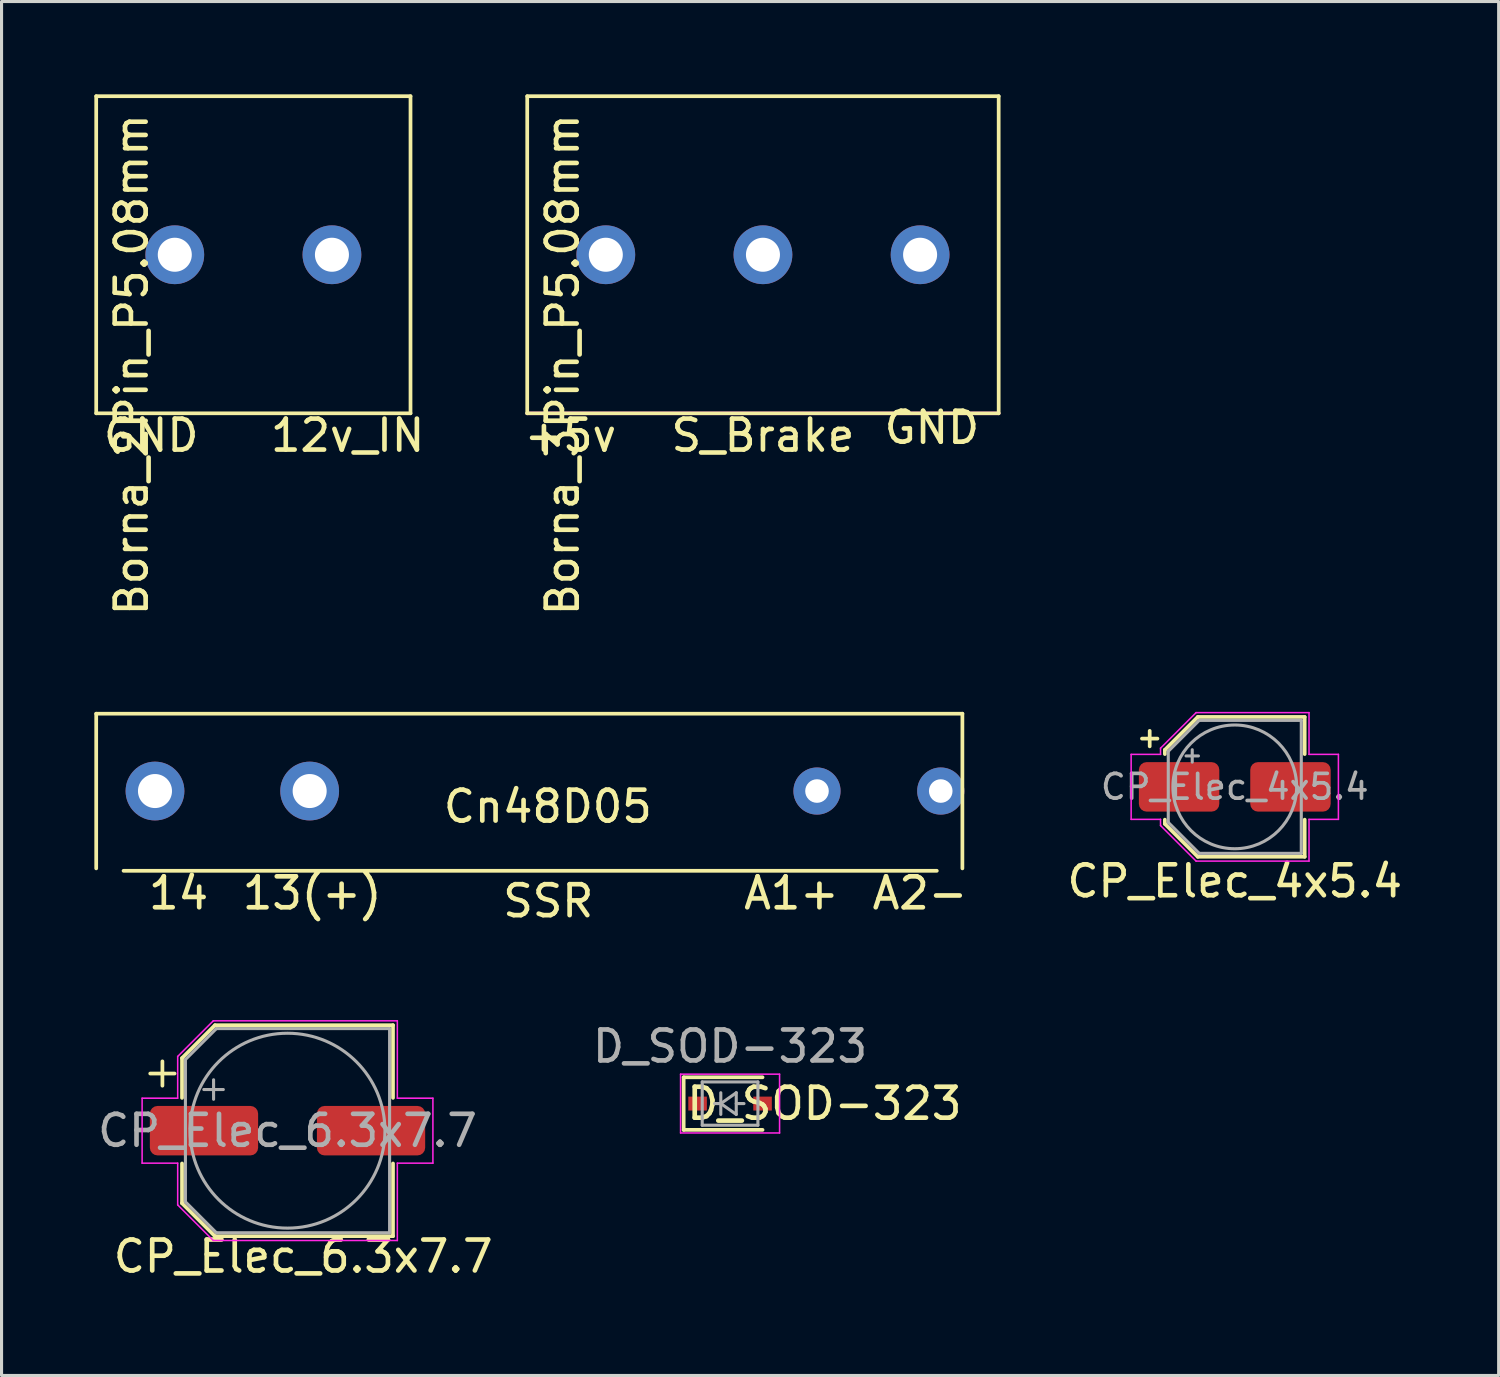
<source format=kicad_pcb>
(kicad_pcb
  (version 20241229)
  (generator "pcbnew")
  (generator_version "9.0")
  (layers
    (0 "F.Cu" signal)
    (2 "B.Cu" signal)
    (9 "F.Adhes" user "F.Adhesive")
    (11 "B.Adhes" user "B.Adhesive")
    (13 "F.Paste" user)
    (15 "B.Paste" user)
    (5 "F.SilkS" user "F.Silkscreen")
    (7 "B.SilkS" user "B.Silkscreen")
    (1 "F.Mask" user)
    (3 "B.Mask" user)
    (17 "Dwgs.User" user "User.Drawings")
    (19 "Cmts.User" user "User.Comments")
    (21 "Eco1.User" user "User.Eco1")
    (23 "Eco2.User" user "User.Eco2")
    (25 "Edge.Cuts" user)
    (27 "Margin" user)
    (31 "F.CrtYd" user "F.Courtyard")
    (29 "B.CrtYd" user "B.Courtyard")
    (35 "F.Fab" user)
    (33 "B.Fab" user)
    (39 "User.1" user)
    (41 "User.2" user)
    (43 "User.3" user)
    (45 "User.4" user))
  (footprint "D_SOD-323"
    (layer "F.Cu")
    (at 20.55 32.624)
    (property "Reference" "D_SOD-323" (at 3.048 0 0) (layer "F.SilkS") (effects (font (size 1 1) (thickness 0.15))))
    (attr smd)
    (fp_line (start -1.5 -0.85) (end -1.5 0.85) (stroke (width 0.12) (type solid)) (layer "F.SilkS"))
    (fp_line (start -1.5 -0.85) (end 1.05 -0.85) (stroke (width 0.12) (type solid)) (layer "F.SilkS"))
    (fp_line (start -1.5 0.85) (end 1.05 0.85) (stroke (width 0.12) (type solid)) (layer "F.SilkS"))
    (fp_line (start -1.6 -0.95) (end -1.6 0.95) (stroke (width 0.05) (type solid)) (layer "F.CrtYd"))
    (fp_line (start -1.6 -0.95) (end 1.6 -0.95) (stroke (width 0.05) (type solid)) (layer "F.CrtYd"))
    (fp_line (start -1.6 0.95) (end 1.6 0.95) (stroke (width 0.05) (type solid)) (layer "F.CrtYd"))
    (fp_line (start 1.6 -0.95) (end 1.6 0.95) (stroke (width 0.05) (type solid)) (layer "F.CrtYd"))
    (fp_line (start -0.9 -0.7) (end 0.9 -0.7) (stroke (width 0.1) (type solid)) (layer "F.Fab"))
    (fp_line (start -0.9 0.7) (end -0.9 -0.7) (stroke (width 0.1) (type solid)) (layer "F.Fab"))
    (fp_line (start -0.3 -0.35) (end -0.3 0.35) (stroke (width 0.1) (type solid)) (layer "F.Fab"))
    (fp_line (start -0.3 0) (end -0.5 0) (stroke (width 0.1) (type solid)) (layer "F.Fab"))
    (fp_line (start -0.3 0) (end 0.2 -0.35) (stroke (width 0.1) (type solid)) (layer "F.Fab"))
    (fp_line (start 0.2 -0.35) (end 0.2 0.35) (stroke (width 0.1) (type solid)) (layer "F.Fab"))
    (fp_line (start 0.2 0) (end 0.45 0) (stroke (width 0.1) (type solid)) (layer "F.Fab"))
    (fp_line (start 0.2 0.35) (end -0.3 0) (stroke (width 0.1) (type solid)) (layer "F.Fab"))
    (fp_line (start 0.9 -0.7) (end 0.9 0.7) (stroke (width 0.1) (type solid)) (layer "F.Fab"))
    (fp_line (start 0.9 0.7) (end -0.9 0.7) (stroke (width 0.1) (type solid)) (layer "F.Fab"))
    (fp_text user "${REFERENCE}" (at 0 -1.85 0) (layer "F.Fab") (effects (font (size 1 1) (thickness 0.15))))
    (pad "1" smd rect (at -1.05 0) (size 0.6 0.45) (layers "F.Cu" "F.Mask" "F.Paste"))
    (pad "2" smd rect (at 1.05 0) (size 0.6 0.45) (layers "F.Cu" "F.Mask" "F.Paste")))
  (footprint "CP_Elec_6.3x7.7"
    (layer "F.Cu")
    (at 6.244 33.5)
    (property "Reference" "CP_Elec_6.3x7.7" (at 0.508 4.064 180) (layer "F.SilkS") (effects (font (size 1 1) (thickness 0.15))))
    (attr smd)
    (fp_line (start -4.438 -1.847) (end -3.65 -1.847) (stroke (width 0.12) (type solid)) (layer "F.SilkS"))
    (fp_line (start -4.044 -2.241) (end -4.044 -1.454) (stroke (width 0.12) (type solid)) (layer "F.SilkS"))
    (fp_line (start -3.41 -2.346) (end -3.41 -1.06) (stroke (width 0.12) (type solid)) (layer "F.SilkS"))
    (fp_line (start -3.41 -2.346) (end -2.346 -3.41) (stroke (width 0.12) (type solid)) (layer "F.SilkS"))
    (fp_line (start -3.41 2.346) (end -3.41 1.06) (stroke (width 0.12) (type solid)) (layer "F.SilkS"))
    (fp_line (start -3.41 2.346) (end -2.346 3.41) (stroke (width 0.12) (type solid)) (layer "F.SilkS"))
    (fp_line (start -2.346 -3.41) (end 3.41 -3.41) (stroke (width 0.12) (type solid)) (layer "F.SilkS"))
    (fp_line (start -2.346 3.41) (end 3.41 3.41) (stroke (width 0.12) (type solid)) (layer "F.SilkS"))
    (fp_line (start 3.41 -3.41) (end 3.41 -1.06) (stroke (width 0.12) (type solid)) (layer "F.SilkS"))
    (fp_line (start 3.41 3.41) (end 3.41 1.06) (stroke (width 0.12) (type solid)) (layer "F.SilkS"))
    (fp_line (start -4.7 -1.05) (end -4.7 1.05) (stroke (width 0.05) (type solid)) (layer "F.CrtYd"))
    (fp_line (start -4.7 1.05) (end -3.55 1.05) (stroke (width 0.05) (type solid)) (layer "F.CrtYd"))
    (fp_line (start -3.55 -2.4) (end -3.55 -1.05) (stroke (width 0.05) (type solid)) (layer "F.CrtYd"))
    (fp_line (start -3.55 -2.4) (end -2.4 -3.55) (stroke (width 0.05) (type solid)) (layer "F.CrtYd"))
    (fp_line (start -3.55 -1.05) (end -4.7 -1.05) (stroke (width 0.05) (type solid)) (layer "F.CrtYd"))
    (fp_line (start -3.55 1.05) (end -3.55 2.4) (stroke (width 0.05) (type solid)) (layer "F.CrtYd"))
    (fp_line (start -3.55 2.4) (end -2.4 3.55) (stroke (width 0.05) (type solid)) (layer "F.CrtYd"))
    (fp_line (start -2.4 -3.55) (end 3.55 -3.55) (stroke (width 0.05) (type solid)) (layer "F.CrtYd"))
    (fp_line (start -2.4 3.55) (end 3.55 3.55) (stroke (width 0.05) (type solid)) (layer "F.CrtYd"))
    (fp_line (start 3.55 -3.55) (end 3.55 -1.05) (stroke (width 0.05) (type solid)) (layer "F.CrtYd"))
    (fp_line (start 3.55 -1.05) (end 4.7 -1.05) (stroke (width 0.05) (type solid)) (layer "F.CrtYd"))
    (fp_line (start 3.55 1.05) (end 3.55 3.55) (stroke (width 0.05) (type solid)) (layer "F.CrtYd"))
    (fp_line (start 4.7 -1.05) (end 4.7 1.05) (stroke (width 0.05) (type solid)) (layer "F.CrtYd"))
    (fp_line (start 4.7 1.05) (end 3.55 1.05) (stroke (width 0.05) (type solid)) (layer "F.CrtYd"))
    (fp_line (start -3.3 -2.3) (end -3.3 2.3) (stroke (width 0.1) (type solid)) (layer "F.Fab"))
    (fp_line (start -3.3 -2.3) (end -2.3 -3.3) (stroke (width 0.1) (type solid)) (layer "F.Fab"))
    (fp_line (start -3.3 2.3) (end -2.3 3.3) (stroke (width 0.1) (type solid)) (layer "F.Fab"))
    (fp_line (start -2.705 -1.33) (end -2.075 -1.33) (stroke (width 0.1) (type solid)) (layer "F.Fab"))
    (fp_line (start -2.39 -1.645) (end -2.39 -1.015) (stroke (width 0.1) (type solid)) (layer "F.Fab"))
    (fp_line (start -2.3 -3.3) (end 3.3 -3.3) (stroke (width 0.1) (type solid)) (layer "F.Fab"))
    (fp_line (start -2.3 3.3) (end 3.3 3.3) (stroke (width 0.1) (type solid)) (layer "F.Fab"))
    (fp_line (start 3.3 -3.3) (end 3.3 3.3) (stroke (width 0.1) (type solid)) (layer "F.Fab"))
    (fp_circle (center 0 0) (end 3.15 0) (stroke (width 0.1) (type solid)) (fill no) (layer "F.Fab"))
    (fp_text user "${REFERENCE}" (at 0 0 180) (layer "F.Fab") (effects (font (size 1 1) (thickness 0.15))))
    (pad "1" smd roundrect (at -2.7 0) (size 3.5 1.6) (layers "F.Cu" "F.Mask" "F.Paste") (roundrect_rratio 0.156))
    (pad "2" smd roundrect (at 2.7 0) (size 3.5 1.6) (layers "F.Cu" "F.Mask" "F.Paste") (roundrect_rratio 0.156)))
  (footprint "Borna_3Pin_P5.08mm"
    (layer "F.Cu")
    (at 21.613 5.185)
    (property "Reference" "Borna_3Pin_P5.08mm" (at -6.477 3.556 90) (layer "F.SilkS") (effects (font (size 1 1) (thickness 0.15))))
    (attr through_hole)
    (fp_line (start -7.625 5.125) (end 7.62 5.125) (stroke (width 0.12) (type solid)) (layer "F.SilkS"))
    (fp_line (start -7.62 -5.125) (end -7.62 5.125) (stroke (width 0.12) (type solid)) (layer "F.SilkS"))
    (fp_line (start -7.62 -5.125) (end 7.62 -5.125) (stroke (width 0.12) (type solid)) (layer "F.SilkS"))
    (fp_line (start 7.62 -5.125) (end 7.62 5.125) (stroke (width 0.12) (type solid)) (layer "F.SilkS"))
    (fp_line (start -7.62 5.125) (end 7.62 5.125) (stroke (width 0.12) (type solid)) (layer "F.Adhes"))
    (fp_text user "+5v" (at -6.223 5.842 0) (layer "F.SilkS") (effects (font (size 1 1) (thickness 0.15))))
    (fp_text user "GND" (at 5.461 5.588 0) (layer "F.SilkS") (effects (font (size 1 1) (thickness 0.15))))
    (fp_text user "S_Brake" (at 0 5.842 0) (layer "F.SilkS") (effects (font (size 1 1) (thickness 0.15))))
    (pad "1" thru_hole circle (at -5.08 0) (size 1.9 1.9) (drill 1.1) (layers "*.Cu" "*.Mask"))
    (pad "2" thru_hole circle (at 0 0) (size 1.9 1.9) (drill 1.1) (layers "*.Cu" "*.Mask"))
    (pad "3" thru_hole circle (at 5.08 0) (size 1.9 1.9) (drill 1.1) (layers "*.Cu" "*.Mask")))
  (footprint "Cn48D05"
    (layer "F.Cu")
    (at 14.66 22.521)
    (property "Reference" "Cn48D05" (at 0 0.5 0) (layer "F.SilkS") (effects (font (size 1 1) (thickness 0.15))))
    (attr through_hole)
    (fp_line (start -14.6 -2.5) (end -14.6 2.5) (stroke (width 0.12) (type solid)) (layer "F.SilkS"))
    (fp_line (start -14.6 -2.5) (end 13.4 -2.5) (stroke (width 0.12) (type solid)) (layer "F.SilkS"))
    (fp_line (start -13.716 2.578) (end 12.573 2.578) (stroke (width 0.12) (type solid)) (layer "F.SilkS"))
    (fp_line (start 13.4 -2.5) (end 13.4 2.5) (stroke (width 0.12) (type solid)) (layer "F.SilkS"))
    (fp_text user "14" (at -11.938 3.302 0) (layer "F.SilkS") (effects (font (size 1 1) (thickness 0.15))))
    (fp_text user "A1+" (at 7.874 3.302 0) (layer "F.SilkS") (effects (font (size 1 1) (thickness 0.15))))
    (fp_text user "13(+)" (at -7.62 3.302 0) (layer "F.SilkS") (effects (font (size 1 1) (thickness 0.15))))
    (fp_text user "A2-" (at 12.027 3.302 0) (layer "F.SilkS") (effects (font (size 1 1) (thickness 0.15))))
    (fp_text user "SSR" (at 0.013 3.556 0) (layer "F.SilkS") (effects (font (size 1 1) (thickness 0.15))))
    (pad "1" thru_hole circle (at 8.7 0) (size 1.524 1.524) (drill 0.762) (layers "*.Cu" "*.Mask"))
    (pad "2" thru_hole circle (at 12.7 0) (size 1.524 1.524) (drill 0.762) (layers "*.Cu" "*.Mask"))
    (pad "3" thru_hole circle (at -12.7 0) (size 1.9 1.9) (drill 1.1) (layers "*.Cu" "*.Mask"))
    (pad "4" thru_hole circle (at -7.7 0) (size 1.9 1.9) (drill 1.1) (layers "*.Cu" "*.Mask")))
  (footprint "CP_Elec_4x5.4"
    (layer "F.Cu")
    (at 36.865 22.386)
    (property "Reference" "CP_Elec_4x5.4" (at 0 3.048 180) (layer "F.SilkS") (effects (font (size 1 1) (thickness 0.15))))
    (attr smd)
    (fp_line (start -3 -1.56) (end -2.5 -1.56) (stroke (width 0.12) (type solid)) (layer "F.SilkS"))
    (fp_line (start -2.75 -1.81) (end -2.75 -1.31) (stroke (width 0.12) (type solid)) (layer "F.SilkS"))
    (fp_line (start -2.26 -1.196) (end -2.26 -1.06) (stroke (width 0.12) (type solid)) (layer "F.SilkS"))
    (fp_line (start -2.26 -1.196) (end -1.196 -2.26) (stroke (width 0.12) (type solid)) (layer "F.SilkS"))
    (fp_line (start -2.26 1.196) (end -2.26 1.06) (stroke (width 0.12) (type solid)) (layer "F.SilkS"))
    (fp_line (start -2.26 1.196) (end -1.196 2.26) (stroke (width 0.12) (type solid)) (layer "F.SilkS"))
    (fp_line (start -1.196 -2.26) (end 2.26 -2.26) (stroke (width 0.12) (type solid)) (layer "F.SilkS"))
    (fp_line (start -1.196 2.26) (end 2.26 2.26) (stroke (width 0.12) (type solid)) (layer "F.SilkS"))
    (fp_line (start 2.26 -2.26) (end 2.26 -1.06) (stroke (width 0.12) (type solid)) (layer "F.SilkS"))
    (fp_line (start 2.26 2.26) (end 2.26 1.06) (stroke (width 0.12) (type solid)) (layer "F.SilkS"))
    (fp_line (start -3.35 -1.05) (end -3.35 1.05) (stroke (width 0.05) (type solid)) (layer "F.CrtYd"))
    (fp_line (start -3.35 1.05) (end -2.4 1.05) (stroke (width 0.05) (type solid)) (layer "F.CrtYd"))
    (fp_line (start -2.4 -1.25) (end -2.4 -1.05) (stroke (width 0.05) (type solid)) (layer "F.CrtYd"))
    (fp_line (start -2.4 -1.25) (end -1.25 -2.4) (stroke (width 0.05) (type solid)) (layer "F.CrtYd"))
    (fp_line (start -2.4 -1.05) (end -3.35 -1.05) (stroke (width 0.05) (type solid)) (layer "F.CrtYd"))
    (fp_line (start -2.4 1.05) (end -2.4 1.25) (stroke (width 0.05) (type solid)) (layer "F.CrtYd"))
    (fp_line (start -2.4 1.25) (end -1.25 2.4) (stroke (width 0.05) (type solid)) (layer "F.CrtYd"))
    (fp_line (start -1.25 -2.4) (end 2.4 -2.4) (stroke (width 0.05) (type solid)) (layer "F.CrtYd"))
    (fp_line (start -1.25 2.4) (end 2.4 2.4) (stroke (width 0.05) (type solid)) (layer "F.CrtYd"))
    (fp_line (start 2.4 -2.4) (end 2.4 -1.05) (stroke (width 0.05) (type solid)) (layer "F.CrtYd"))
    (fp_line (start 2.4 -1.05) (end 3.35 -1.05) (stroke (width 0.05) (type solid)) (layer "F.CrtYd"))
    (fp_line (start 2.4 1.05) (end 2.4 2.4) (stroke (width 0.05) (type solid)) (layer "F.CrtYd"))
    (fp_line (start 3.35 -1.05) (end 3.35 1.05) (stroke (width 0.05) (type solid)) (layer "F.CrtYd"))
    (fp_line (start 3.35 1.05) (end 2.4 1.05) (stroke (width 0.05) (type solid)) (layer "F.CrtYd"))
    (fp_line (start -2.15 -1.15) (end -2.15 1.15) (stroke (width 0.1) (type solid)) (layer "F.Fab"))
    (fp_line (start -2.15 -1.15) (end -1.15 -2.15) (stroke (width 0.1) (type solid)) (layer "F.Fab"))
    (fp_line (start -2.15 1.15) (end -1.15 2.15) (stroke (width 0.1) (type solid)) (layer "F.Fab"))
    (fp_line (start -1.575 -1) (end -1.175 -1) (stroke (width 0.1) (type solid)) (layer "F.Fab"))
    (fp_line (start -1.375 -1.2) (end -1.375 -0.8) (stroke (width 0.1) (type solid)) (layer "F.Fab"))
    (fp_line (start -1.15 -2.15) (end 2.15 -2.15) (stroke (width 0.1) (type solid)) (layer "F.Fab"))
    (fp_line (start -1.15 2.15) (end 2.15 2.15) (stroke (width 0.1) (type solid)) (layer "F.Fab"))
    (fp_line (start 2.15 -2.15) (end 2.15 2.15) (stroke (width 0.1) (type solid)) (layer "F.Fab"))
    (fp_circle (center 0 0) (end 2 0) (stroke (width 0.1) (type solid)) (fill no) (layer "F.Fab"))
    (fp_text user "${REFERENCE}" (at 0 0 180) (layer "F.Fab") (effects (font (size 0.8 0.8) (thickness 0.12))))
    (pad "1" smd roundrect (at -1.8 0) (size 2.6 1.6) (layers "F.Cu" "F.Mask" "F.Paste") (roundrect_rratio 0.156))
    (pad "2" smd roundrect (at 1.8 0) (size 2.6 1.6) (layers "F.Cu" "F.Mask" "F.Paste") (roundrect_rratio 0.156)))
  (footprint "Borna_2Pin_P5.08mm"
    (layer "F.Cu")
    (at 5.14 5.185)
    (property "Reference" "Borna_2Pin_P5.08mm" (at -3.937 3.556 270) (layer "F.SilkS") (effects (font (size 1 1) (thickness 0.15))))
    (attr through_hole)
    (fp_line (start -5.08 -5.125) (end -5.08 5.125) (stroke (width 0.12) (type solid)) (layer "F.SilkS"))
    (fp_line (start -5.08 -5.125) (end 5.08 -5.125) (stroke (width 0.12) (type solid)) (layer "F.SilkS"))
    (fp_line (start -5.08 5.125) (end 5.08 5.125) (stroke (width 0.12) (type solid)) (layer "F.SilkS"))
    (fp_line (start 5.08 -5.125) (end 5.08 5.125) (stroke (width 0.12) (type solid)) (layer "F.SilkS"))
    (fp_text user "12v_IN" (at 3.048 5.842 0) (layer "F.SilkS") (effects (font (size 1 1) (thickness 0.15))))
    (fp_text user "GND" (at -3.302 5.842 0) (layer "F.SilkS") (effects (font (size 1 1) (thickness 0.15))))
    (pad "1" thru_hole circle (at -2.54 0) (size 1.9 1.9) (drill 1.1) (layers "*.Cu" "*.Mask"))
    (pad "2" thru_hole circle (at 2.54 0) (size 1.9 1.9) (drill 1.1) (layers "*.Cu" "*.Mask")))
  (gr_rect
    (start -3 -3)
    (end 45.395 41.413)
    (stroke (width 0.1) (type default))
    (fill no)
    (layer "Edge.Cuts")))
</source>
